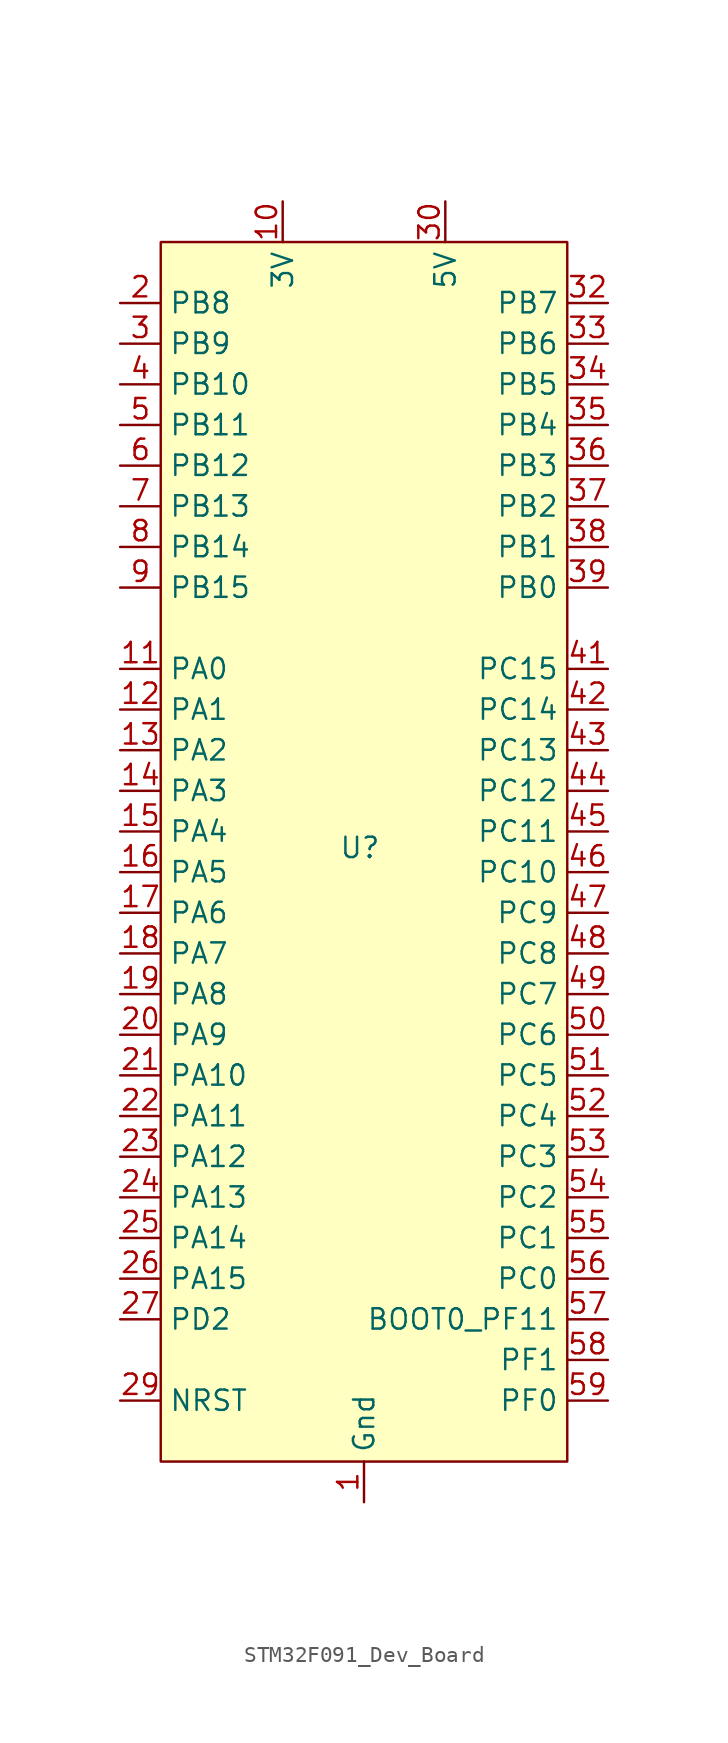
<source format=kicad_sym>
(kicad_symbol_lib
  (version 20231120)
  (generator "kicad_symbol_editor")
  (generator_version "8.0")
  (symbol "STM32F091_Dev_Board"
    (property "Reference" "U"
      (at -0.254 0.254 0)
      (effects (font (size 1.27 1.27))))
    (property "Value" ""
      (at -2.54 11.43 0)
      (effects (font (size 1.27 1.27))))
    (symbol "STM32F091_Dev_Board_1_1"
      (rectangle (start -12.7 38.1) (end 12.7 -38.1) (stroke (width 0) (type default)) (fill (type background)))
      (pin power_in line (at 0 -40.64 90) (length 2.54) (name "Gnd" (effects (font (size 1.27 1.27)))) (number "1" (effects (font (size 1.27 1.27)))))
      (pin power_in line (at -5.08 40.64 270) (length 2.54) (name "3V" (effects (font (size 1.27 1.27)))) (number "10" (effects (font (size 1.27 1.27)))))
      (pin bidirectional line (at -15.24 11.43 0) (length 2.54) (name "PA0" (effects (font (size 1.27 1.27)))) (number "11" (effects (font (size 1.27 1.27)))))
      (pin bidirectional line (at -15.24 8.89 0) (length 2.54) (name "PA1" (effects (font (size 1.27 1.27)))) (number "12" (effects (font (size 1.27 1.27)))))
      (pin bidirectional line (at -15.24 6.35 0) (length 2.54) (name "PA2" (effects (font (size 1.27 1.27)))) (number "13" (effects (font (size 1.27 1.27)))))
      (pin bidirectional line (at -15.24 3.81 0) (length 2.54) (name "PA3" (effects (font (size 1.27 1.27)))) (number "14" (effects (font (size 1.27 1.27)))))
      (pin bidirectional line (at -15.24 1.27 0) (length 2.54) (name "PA4" (effects (font (size 1.27 1.27)))) (number "15" (effects (font (size 1.27 1.27)))))
      (pin bidirectional line (at -15.24 -1.27 0) (length 2.54) (name "PA5" (effects (font (size 1.27 1.27)))) (number "16" (effects (font (size 1.27 1.27)))))
      (pin bidirectional line (at -15.24 -3.81 0) (length 2.54) (name "PA6" (effects (font (size 1.27 1.27)))) (number "17" (effects (font (size 1.27 1.27)))))
      (pin bidirectional line (at -15.24 -6.35 0) (length 2.54) (name "PA7" (effects (font (size 1.27 1.27)))) (number "18" (effects (font (size 1.27 1.27)))))
      (pin bidirectional line (at -15.24 -8.89 0) (length 2.54) (name "PA8" (effects (font (size 1.27 1.27)))) (number "19" (effects (font (size 1.27 1.27)))))
      (pin bidirectional line (at -15.24 34.29 0) (length 2.54) (name "PB8" (effects (font (size 1.27 1.27)))) (number "2" (effects (font (size 1.27 1.27)))))
      (pin bidirectional line (at -15.24 -11.43 0) (length 2.54) (name "PA9" (effects (font (size 1.27 1.27)))) (number "20" (effects (font (size 1.27 1.27)))))
      (pin bidirectional line (at -15.24 -13.97 0) (length 2.54) (name "PA10" (effects (font (size 1.27 1.27)))) (number "21" (effects (font (size 1.27 1.27)))))
      (pin bidirectional line (at -15.24 -16.51 0) (length 2.54) (name "PA11" (effects (font (size 1.27 1.27)))) (number "22" (effects (font (size 1.27 1.27)))))
      (pin bidirectional line (at -15.24 -19.05 0) (length 2.54) (name "PA12" (effects (font (size 1.27 1.27)))) (number "23" (effects (font (size 1.27 1.27)))))
      (pin bidirectional line (at -15.24 -21.59 0) (length 2.54) (name "PA13" (effects (font (size 1.27 1.27)))) (number "24" (effects (font (size 1.27 1.27)))))
      (pin bidirectional line (at -15.24 -24.13 0) (length 2.54) (name "PA14" (effects (font (size 1.27 1.27)))) (number "25" (effects (font (size 1.27 1.27)))))
      (pin bidirectional line (at -15.24 -26.67 0) (length 2.54) (name "PA15" (effects (font (size 1.27 1.27)))) (number "26" (effects (font (size 1.27 1.27)))))
      (pin bidirectional line (at -15.24 -29.21 0) (length 2.54) (name "PD2" (effects (font (size 1.27 1.27)))) (number "27" (effects (font (size 1.27 1.27)))))
      (pin power_in line (at 0 -40.64 90) (length 2.54) hide (name "GND" (effects (font (size 1.27 1.27)))) (number "28" (effects (font (size 1.27 1.27)))))
      (pin bidirectional line (at -15.24 -34.29 0) (length 2.54) (name "NRST" (effects (font (size 1.27 1.27)))) (number "29" (effects (font (size 1.27 1.27)))))
      (pin bidirectional line (at -15.24 31.75 0) (length 2.54) (name "PB9" (effects (font (size 1.27 1.27)))) (number "3" (effects (font (size 1.27 1.27)))))
      (pin bidirectional line (at 5.08 40.64 270) (length 2.54) (name "5V" (effects (font (size 1.27 1.27)))) (number "30" (effects (font (size 1.27 1.27)))))
      (pin power_in line (at 0 -40.64 90) (length 2.54) hide (name "Gnd" (effects (font (size 1.27 1.27)))) (number "31" (effects (font (size 1.27 1.27)))))
      (pin bidirectional line (at 15.24 34.29 180) (length 2.54) (name "PB7" (effects (font (size 1.27 1.27)))) (number "32" (effects (font (size 1.27 1.27)))))
      (pin bidirectional line (at 15.24 31.75 180) (length 2.54) (name "PB6" (effects (font (size 1.27 1.27)))) (number "33" (effects (font (size 1.27 1.27)))))
      (pin bidirectional line (at 15.24 29.21 180) (length 2.54) (name "PB5" (effects (font (size 1.27 1.27)))) (number "34" (effects (font (size 1.27 1.27)))))
      (pin bidirectional line (at 15.24 26.67 180) (length 2.54) (name "PB4" (effects (font (size 1.27 1.27)))) (number "35" (effects (font (size 1.27 1.27)))))
      (pin bidirectional line (at 15.24 24.13 180) (length 2.54) (name "PB3" (effects (font (size 1.27 1.27)))) (number "36" (effects (font (size 1.27 1.27)))))
      (pin bidirectional line (at 15.24 21.59 180) (length 2.54) (name "PB2" (effects (font (size 1.27 1.27)))) (number "37" (effects (font (size 1.27 1.27)))))
      (pin bidirectional line (at 15.24 19.05 180) (length 2.54) (name "PB1" (effects (font (size 1.27 1.27)))) (number "38" (effects (font (size 1.27 1.27)))))
      (pin bidirectional line (at 15.24 16.51 180) (length 2.54) (name "PB0" (effects (font (size 1.27 1.27)))) (number "39" (effects (font (size 1.27 1.27)))))
      (pin bidirectional line (at -15.24 29.21 0) (length 2.54) (name "PB10" (effects (font (size 1.27 1.27)))) (number "4" (effects (font (size 1.27 1.27)))))
      (pin power_in line (at -5.08 40.64 270) (length 2.54) hide (name "3V" (effects (font (size 1.27 1.27)))) (number "40" (effects (font (size 1.27 1.27)))))
      (pin bidirectional line (at 15.24 11.43 180) (length 2.54) (name "PC15" (effects (font (size 1.27 1.27)))) (number "41" (effects (font (size 1.27 1.27)))))
      (pin bidirectional line (at 15.24 8.89 180) (length 2.54) (name "PC14" (effects (font (size 1.27 1.27)))) (number "42" (effects (font (size 1.27 1.27)))))
      (pin bidirectional line (at 15.24 6.35 180) (length 2.54) (name "PC13" (effects (font (size 1.27 1.27)))) (number "43" (effects (font (size 1.27 1.27)))))
      (pin bidirectional line (at 15.24 3.81 180) (length 2.54) (name "PC12" (effects (font (size 1.27 1.27)))) (number "44" (effects (font (size 1.27 1.27)))))
      (pin bidirectional line (at 15.24 1.27 180) (length 2.54) (name "PC11" (effects (font (size 1.27 1.27)))) (number "45" (effects (font (size 1.27 1.27)))))
      (pin bidirectional line (at 15.24 -1.27 180) (length 2.54) (name "PC10" (effects (font (size 1.27 1.27)))) (number "46" (effects (font (size 1.27 1.27)))))
      (pin bidirectional line (at 15.24 -3.81 180) (length 2.54) (name "PC9" (effects (font (size 1.27 1.27)))) (number "47" (effects (font (size 1.27 1.27)))))
      (pin bidirectional line (at 15.24 -6.35 180) (length 2.54) (name "PC8" (effects (font (size 1.27 1.27)))) (number "48" (effects (font (size 1.27 1.27)))))
      (pin bidirectional line (at 15.24 -8.89 180) (length 2.54) (name "PC7" (effects (font (size 1.27 1.27)))) (number "49" (effects (font (size 1.27 1.27)))))
      (pin bidirectional line (at -15.24 26.67 0) (length 2.54) (name "PB11" (effects (font (size 1.27 1.27)))) (number "5" (effects (font (size 1.27 1.27)))))
      (pin bidirectional line (at 15.24 -11.43 180) (length 2.54) (name "PC6" (effects (font (size 1.27 1.27)))) (number "50" (effects (font (size 1.27 1.27)))))
      (pin bidirectional line (at 15.24 -13.97 180) (length 2.54) (name "PC5" (effects (font (size 1.27 1.27)))) (number "51" (effects (font (size 1.27 1.27)))))
      (pin bidirectional line (at 15.24 -16.51 180) (length 2.54) (name "PC4" (effects (font (size 1.27 1.27)))) (number "52" (effects (font (size 1.27 1.27)))))
      (pin bidirectional line (at 15.24 -19.05 180) (length 2.54) (name "PC3" (effects (font (size 1.27 1.27)))) (number "53" (effects (font (size 1.27 1.27)))))
      (pin bidirectional line (at 15.24 -21.59 180) (length 2.54) (name "PC2" (effects (font (size 1.27 1.27)))) (number "54" (effects (font (size 1.27 1.27)))))
      (pin bidirectional line (at 15.24 -24.13 180) (length 2.54) (name "PC1" (effects (font (size 1.27 1.27)))) (number "55" (effects (font (size 1.27 1.27)))))
      (pin bidirectional line (at 15.24 -26.67 180) (length 2.54) (name "PC0" (effects (font (size 1.27 1.27)))) (number "56" (effects (font (size 1.27 1.27)))))
      (pin bidirectional line (at 15.24 -29.21 180) (length 2.54) (name "BOOT0_PF11" (effects (font (size 1.27 1.27)))) (number "57" (effects (font (size 1.27 1.27)))))
      (pin power_in line (at 15.24 -31.75 180) (length 2.54) (name "PF1" (effects (font (size 1.27 1.27)))) (number "58" (effects (font (size 1.27 1.27)))))
      (pin bidirectional line (at 15.24 -34.29 180) (length 2.54) (name "PF0" (effects (font (size 1.27 1.27)))) (number "59" (effects (font (size 1.27 1.27)))))
      (pin bidirectional line (at -15.24 24.13 0) (length 2.54) (name "PB12" (effects (font (size 1.27 1.27)))) (number "6" (effects (font (size 1.27 1.27)))))
      (pin bidirectional line (at 5.08 40.64 270) (length 2.54) hide (name "5V" (effects (font (size 1.27 1.27)))) (number "60" (effects (font (size 1.27 1.27)))))
      (pin bidirectional line (at -15.24 21.59 0) (length 2.54) (name "PB13" (effects (font (size 1.27 1.27)))) (number "7" (effects (font (size 1.27 1.27)))))
      (pin bidirectional line (at -15.24 19.05 0) (length 2.54) (name "PB14" (effects (font (size 1.27 1.27)))) (number "8" (effects (font (size 1.27 1.27)))))
      (pin bidirectional line (at -15.24 16.51 0) (length 2.54) (name "PB15" (effects (font (size 1.27 1.27)))) (number "9" (effects (font (size 1.27 1.27))))))))
</source>
